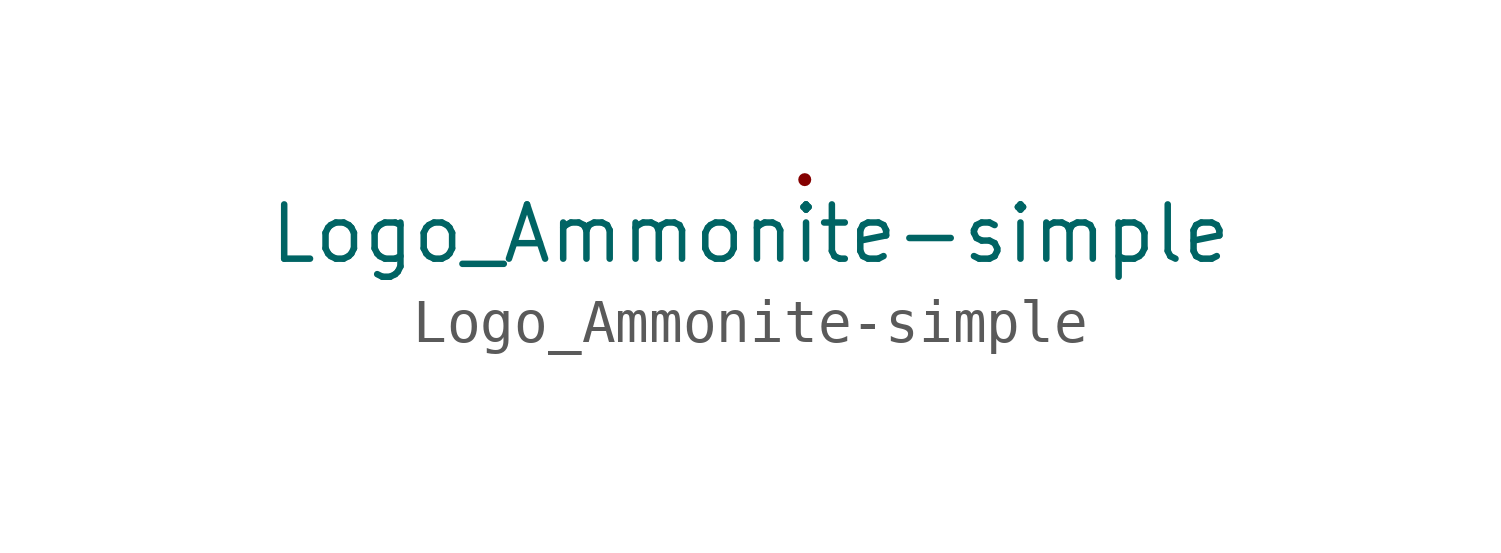
<source format=kicad_sym>
(kicad_symbol_lib
  (version 20211014)
  (generator kicad_symbol_editor)
  (symbol "Logo_Ammonite-simple"
    (pin_numbers hide)
    (pin_names
      (offset 0) hide)
    (property "Reference" "H"
      (at 0 1.27 0)
      (effects (font (size 1.27 1.27)) hide))
    (property "Value" "Logo_Ammonite-simple"
      (at -1.27 -1.27 0)
      (effects (font (size 1.27 1.27))))
    (symbol "Logo_Ammonite-simple_0_1"
      (circle (center 0 0) (radius 0.0001) (stroke (width 0) (type default) (color 0 0 0 0)) (fill (type none))))))
</source>
